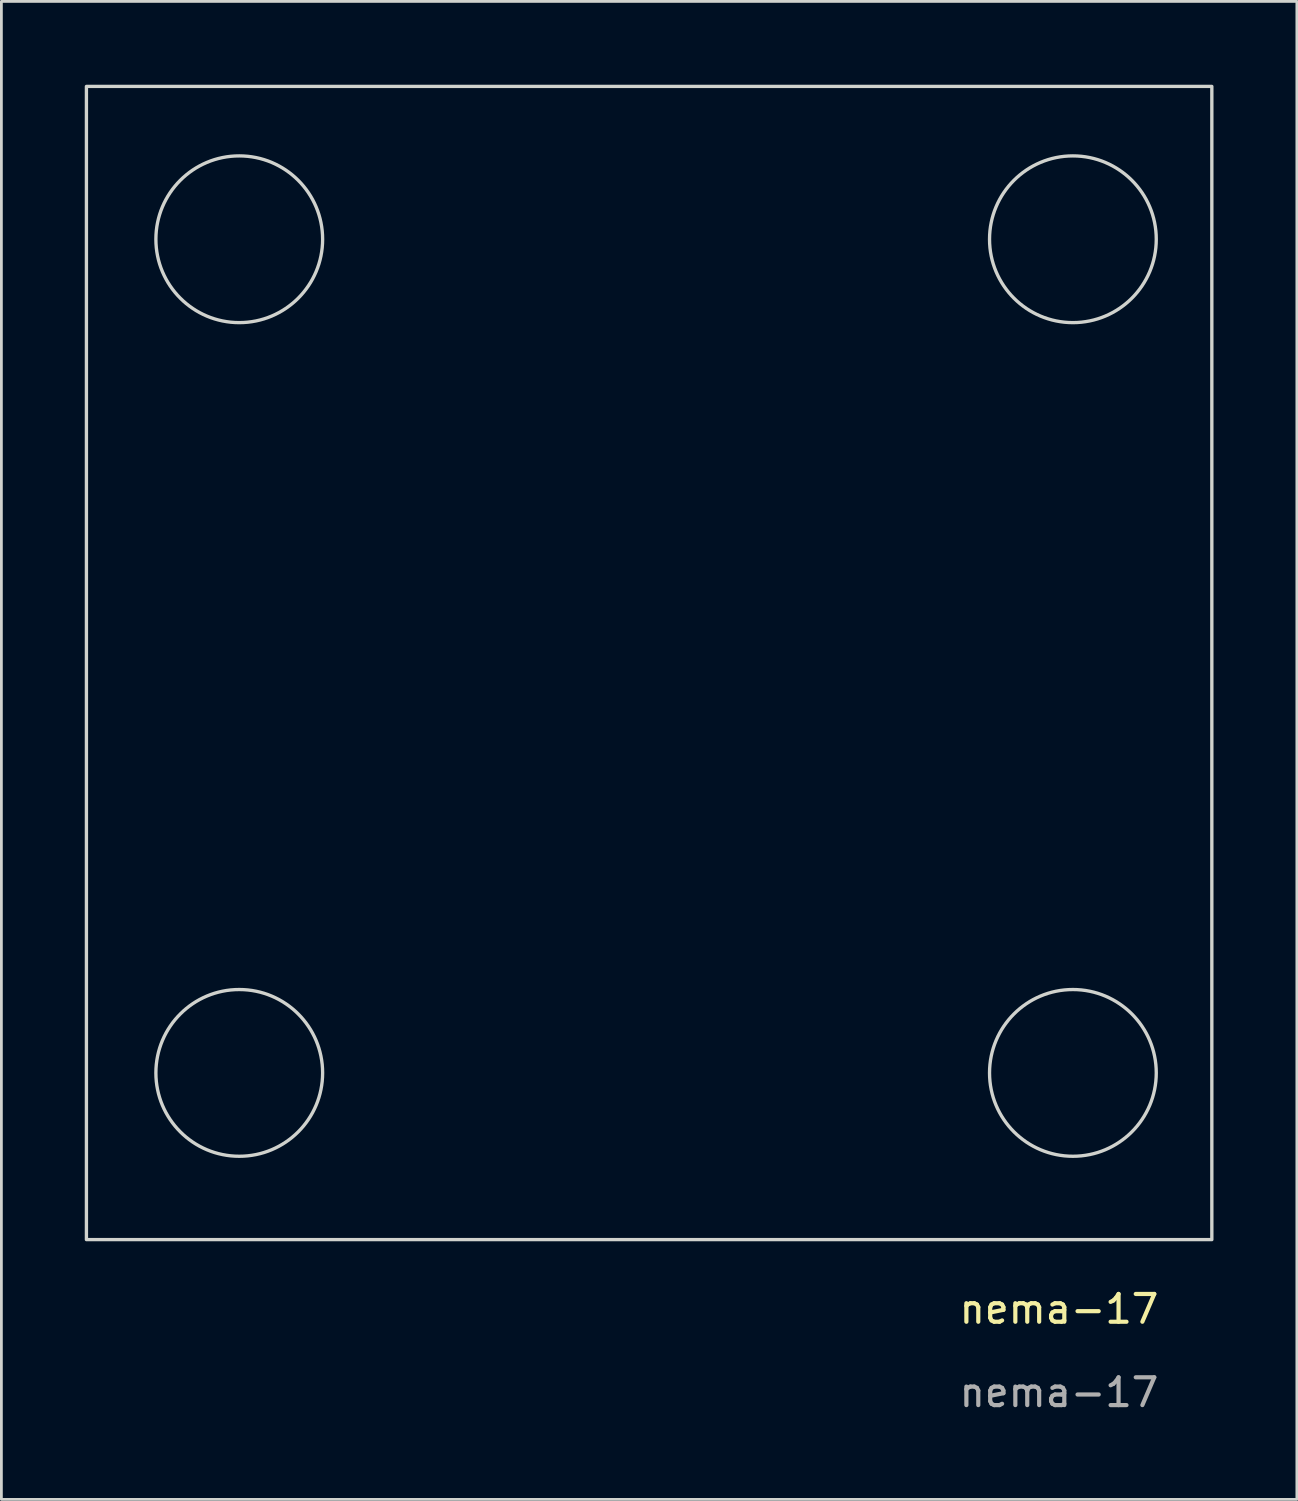
<source format=kicad_pcb>
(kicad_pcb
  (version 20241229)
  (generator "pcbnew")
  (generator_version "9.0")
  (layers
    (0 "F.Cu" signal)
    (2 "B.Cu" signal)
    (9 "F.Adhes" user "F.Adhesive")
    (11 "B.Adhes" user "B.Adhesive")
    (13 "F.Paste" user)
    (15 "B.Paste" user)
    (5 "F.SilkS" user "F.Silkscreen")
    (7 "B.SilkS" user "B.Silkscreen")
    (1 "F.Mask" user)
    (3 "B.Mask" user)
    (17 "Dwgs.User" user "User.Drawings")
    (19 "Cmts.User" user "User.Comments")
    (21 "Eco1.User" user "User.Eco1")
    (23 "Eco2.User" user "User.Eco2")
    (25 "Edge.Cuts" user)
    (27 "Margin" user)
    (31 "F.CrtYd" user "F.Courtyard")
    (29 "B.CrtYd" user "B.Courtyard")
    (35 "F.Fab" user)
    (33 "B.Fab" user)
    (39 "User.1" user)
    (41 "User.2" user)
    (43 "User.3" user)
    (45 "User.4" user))
  (footprint "nema-17"
    (layer "F.Cu")
    (at 35.06 35.06)
    (property "Reference" "nema-17" (at 0 9 0) (unlocked yes) (layer "F.SilkS") (effects (font (size 1 1) (thickness 0.15))))
    (fp_rect (start -35 -35) (end 5.5 6.5) (stroke (width 0.12) (type default)) (fill no) (layer "Edge.Cuts"))
    (fp_circle (center -29.5 -29.5) (end -32.5 -29.5) (stroke (width 0.12) (type default)) (fill no) (layer "Edge.Cuts"))
    (fp_circle (center -29.5 0.5) (end -32.5 0.5) (stroke (width 0.12) (type default)) (fill no) (layer "Edge.Cuts"))
    (fp_circle (center 0.5 -29.5) (end -2.5 -29.5) (stroke (width 0.12) (type default)) (fill no) (layer "Edge.Cuts"))
    (fp_circle (center 0.5 0.5) (end -2.5 0.5) (stroke (width 0.12) (type default)) (fill no) (layer "Edge.Cuts"))
    (fp_rect (start -35 -35) (end 5.5 6.5) (stroke (width 0.12) (type default)) (fill no) (layer "User.1"))
    (fp_circle (center -29.5 -29.5) (end -26.5 -29.5) (stroke (width 0.12) (type default)) (fill no) (layer "User.1"))
    (fp_circle (center -29.5 0.5) (end -26.5 0.5) (stroke (width 0.12) (type default)) (fill no) (layer "User.1"))
    (fp_circle (center 0.5 -29.5) (end 3.5 -29.5) (stroke (width 0.12) (type default)) (fill no) (layer "User.1"))
    (fp_circle (center 0.5 0.5) (end -2.5 0.5) (stroke (width 0.12) (type default)) (fill no) (layer "User.1"))
    (fp_text user "${REFERENCE}" (at 0 12 0) (unlocked yes) (layer "F.Fab") (effects (font (size 1 1) (thickness 0.15)))))
  (gr_rect
    (start -3 -3)
    (end 43.62 50.908)
    (stroke (width 0.1) (type default))
    (fill no)
    (layer "Edge.Cuts")))
</source>
